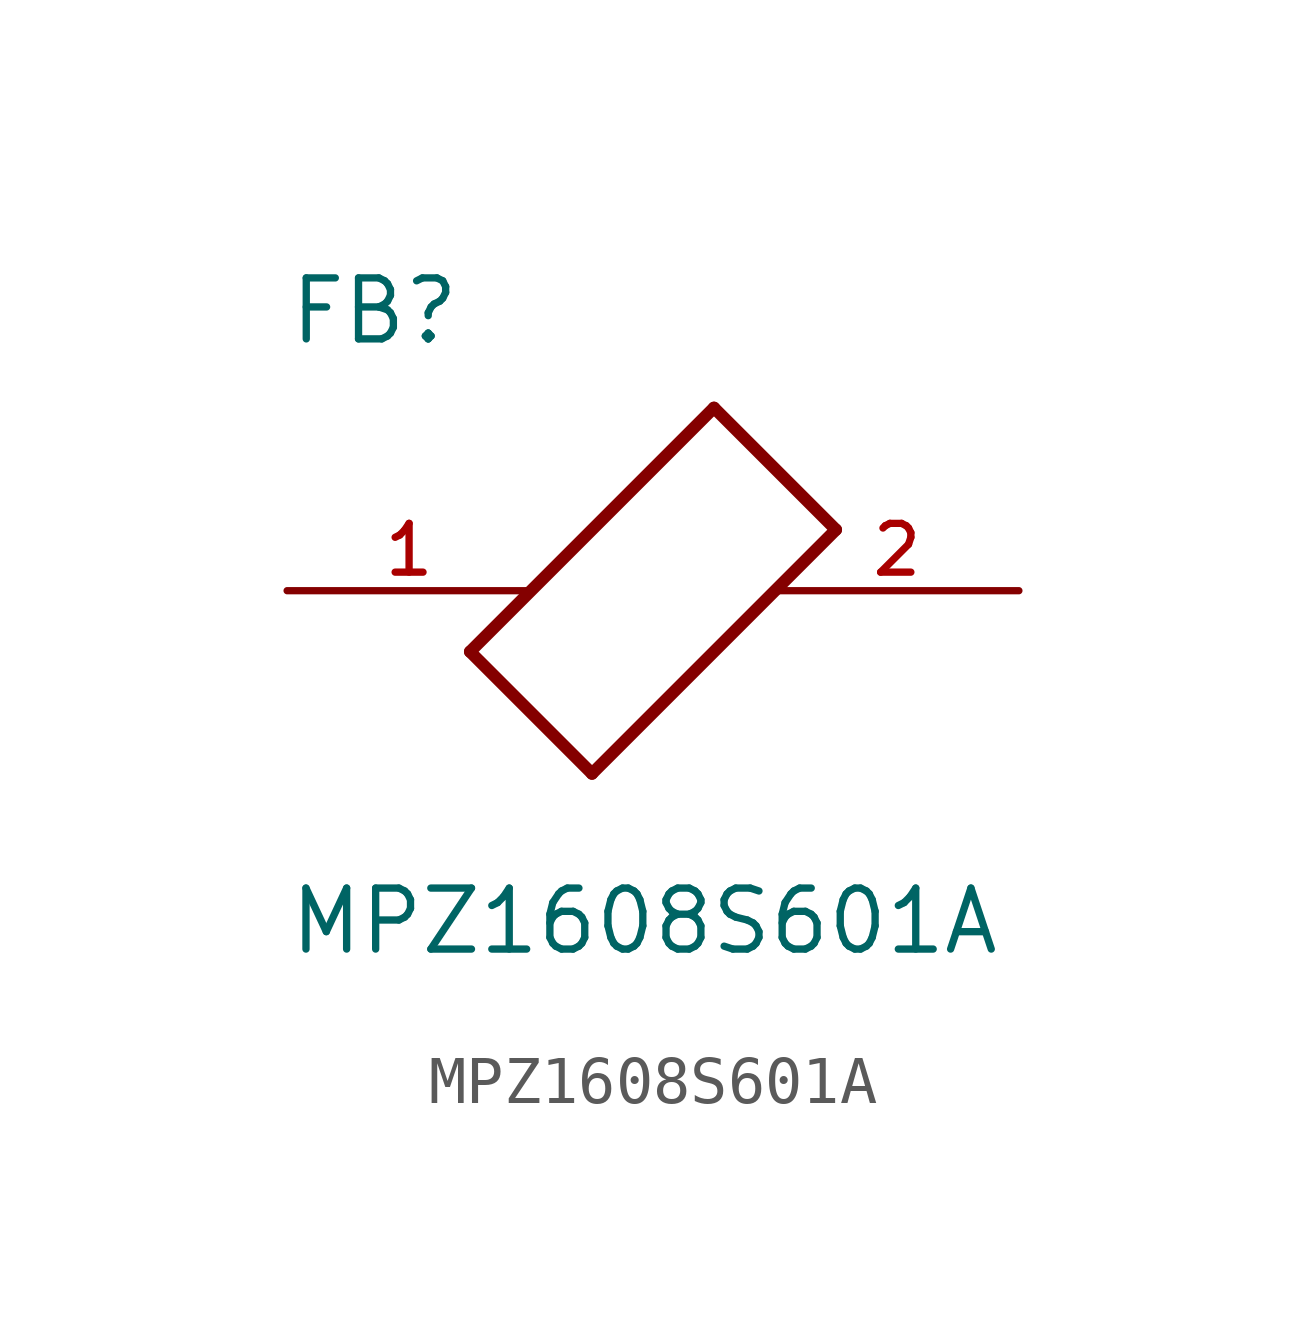
<source format=kicad_sym>
(kicad_symbol_lib
  (version 20211014)
  (generator kicad_symbol_editor)
  (symbol "MPZ1608S601A"
    (pin_names
      (offset 1.016))
    (property "Reference" "FB"
      (at -7.624 5.081 0)
      (effects (font (size 1.27 1.27)) (justify bottom left)))
    (property "Value" "MPZ1608S601A"
      (at -7.63 -7.627 0)
      (effects (font (size 1.27 1.27)) (justify bottom left)))
    (symbol "MPZ1608S601A_0_0"
      (polyline (pts (xy -3.81 -1.27) (xy -1.27 -3.81)) (stroke (width 0.254)))
      (polyline (pts (xy -1.27 -3.81) (xy 3.81 1.27)) (stroke (width 0.254)))
      (polyline (pts (xy 3.81 1.27) (xy 1.27 3.81)) (stroke (width 0.254)))
      (polyline (pts (xy 1.27 3.81) (xy -3.81 -1.27)) (stroke (width 0.254)))
      (pin passive line (at 7.62 0.0 180.0) (length 5.08) (name "~" (effects (font (size 1.016 1.016)))) (number "2" (effects (font (size 1.016 1.016)))))
      (pin passive line (at -7.62 0.0 0) (length 5.08) (name "~" (effects (font (size 1.016 1.016)))) (number "1" (effects (font (size 1.016 1.016))))))))
</source>
